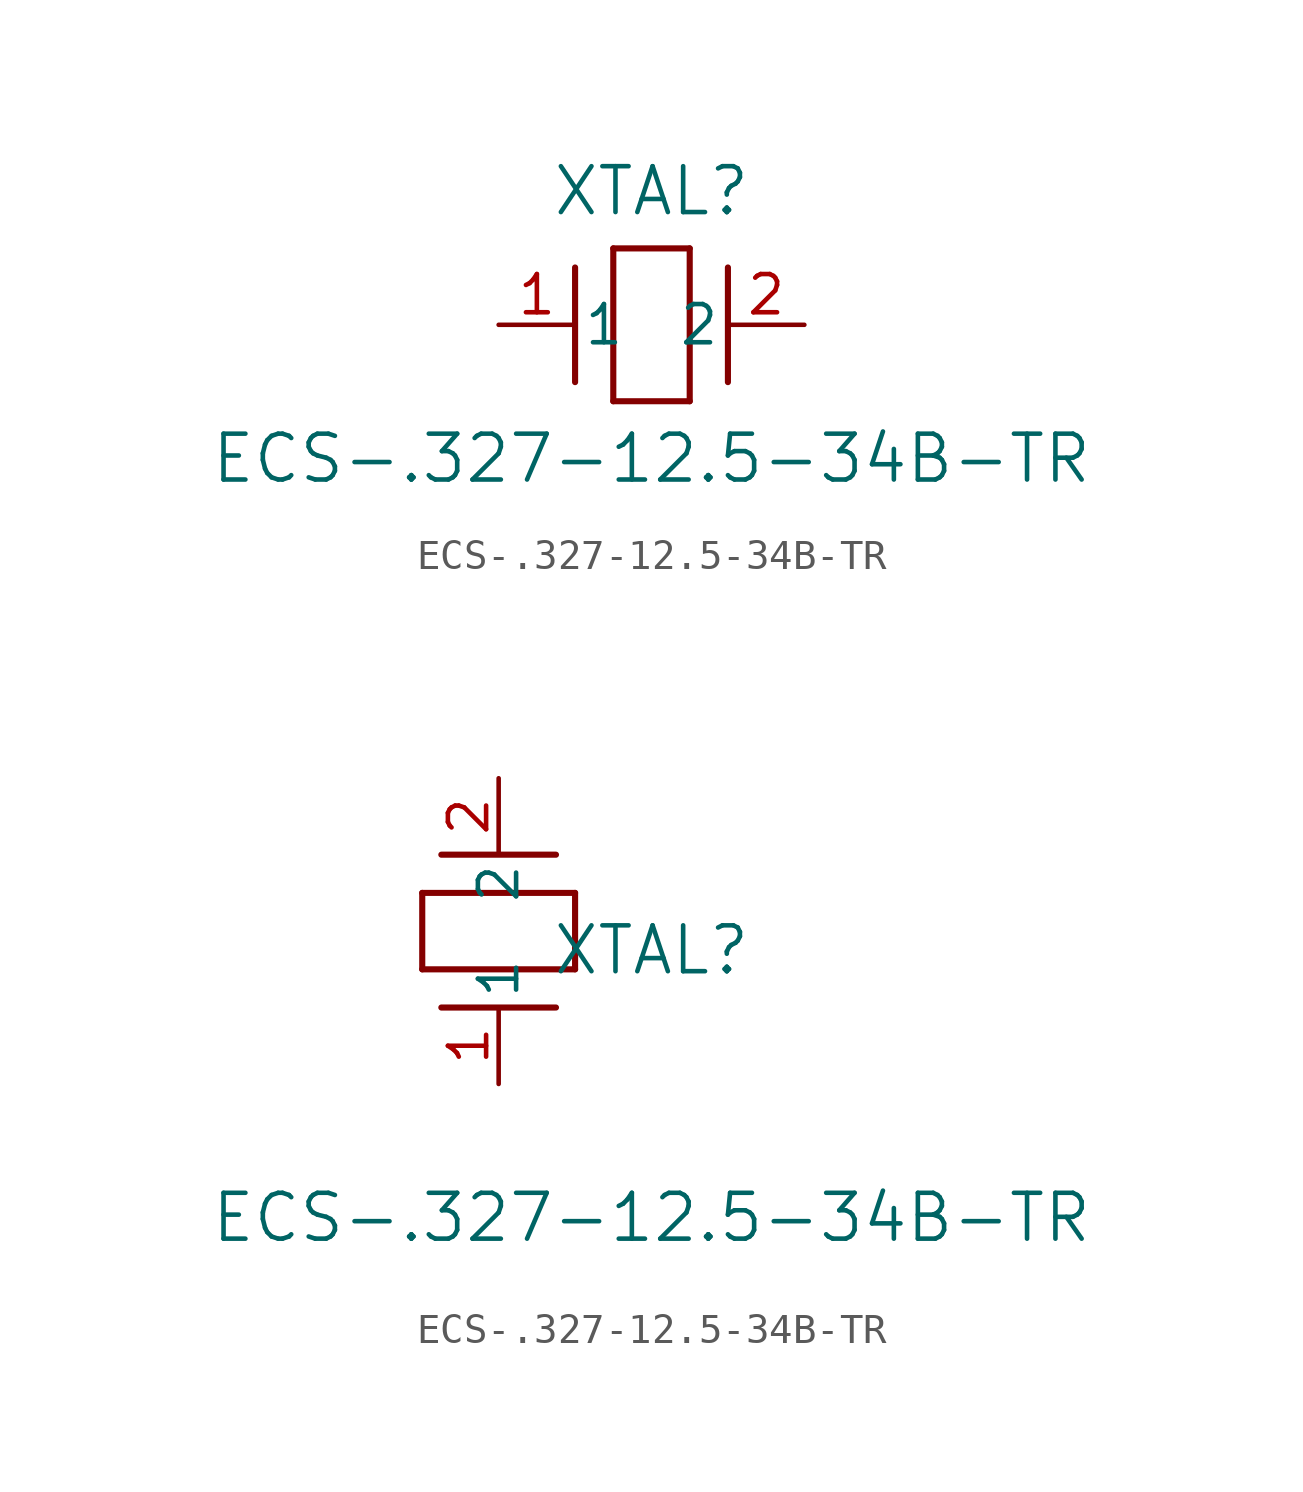
<source format=kicad_sym>
(kicad_symbol_lib
  (version 20211014)
  (generator kicad_symbol_editor)
  (symbol "ECS-.327-12.5-34B-TR"
    (pin_names
      (offset 0.254))
    (property "Reference" "XTAL"
      (at 5.08 4.445 0)
      (effects (font (size 1.524 1.524))))
    (property "Value" "ECS-.327-12.5-34B-TR"
      (at 5.08 -4.445 0)
      (effects (font (size 1.524 1.524))))
    (symbol "ECS-.327-12.5-34B-TR_1_1"
      (polyline (pts (xy 2.54 -1.905) (xy 2.54 1.905)) (stroke (width .2032) (type default) (color 0 0 0 0)) (fill (type none)))
      (polyline (pts (xy 6.35 2.54) (xy 6.35 -2.54)) (stroke (width .2032) (type default) (color 0 0 0 0)) (fill (type none)))
      (polyline (pts (xy 7.62 -1.905) (xy 7.62 1.905)) (stroke (width .2032) (type default) (color 0 0 0 0)) (fill (type none)))
      (polyline (pts (xy 6.35 -2.54) (xy 3.81 -2.54)) (stroke (width .2032) (type default) (color 0 0 0 0)) (fill (type none)))
      (polyline (pts (xy 3.81 2.54) (xy 6.35 2.54)) (stroke (width .2032) (type default) (color 0 0 0 0)) (fill (type none)))
      (polyline (pts (xy 3.81 -2.54) (xy 3.81 2.54)) (stroke (width .2032) (type default) (color 0 0 0 0)) (fill (type none)))
      (pin unspecified line (at 0 0 0) (length 2.54) (name "1" (effects (font (size 1.27 1.27)))) (number "1" (effects (font (size 1.27 1.27)))))
      (pin unspecified line (at 10.16 0 180) (length 2.54) (name "2" (effects (font (size 1.27 1.27)))) (number "2" (effects (font (size 1.27 1.27))))))
    (symbol "ECS-.327-12.5-34B-TR_1_2"
      (polyline (pts (xy 1.905 7.62) (xy -1.905 7.62)) (stroke (width .2032) (type default) (color 0 0 0 0)) (fill (type none)))
      (polyline (pts (xy -2.54 3.81) (xy -2.54 6.35)) (stroke (width .2032) (type default) (color 0 0 0 0)) (fill (type none)))
      (polyline (pts (xy 1.905 2.54) (xy -1.905 2.54)) (stroke (width .2032) (type default) (color 0 0 0 0)) (fill (type none)))
      (polyline (pts (xy 2.54 6.35) (xy 2.54 3.81)) (stroke (width .2032) (type default) (color 0 0 0 0)) (fill (type none)))
      (polyline (pts (xy -2.54 6.35) (xy 2.54 6.35)) (stroke (width .2032) (type default) (color 0 0 0 0)) (fill (type none)))
      (polyline (pts (xy 2.54 3.81) (xy -2.54 3.81)) (stroke (width .2032) (type default) (color 0 0 0 0)) (fill (type none)))
      (pin unspecified line (at 0 0 90) (length 2.54) (name "1" (effects (font (size 1.27 1.27)))) (number "1" (effects (font (size 1.27 1.27)))))
      (pin unspecified line (at 0 10.16 270) (length 2.54) (name "2" (effects (font (size 1.27 1.27)))) (number "2" (effects (font (size 1.27 1.27))))))))
</source>
